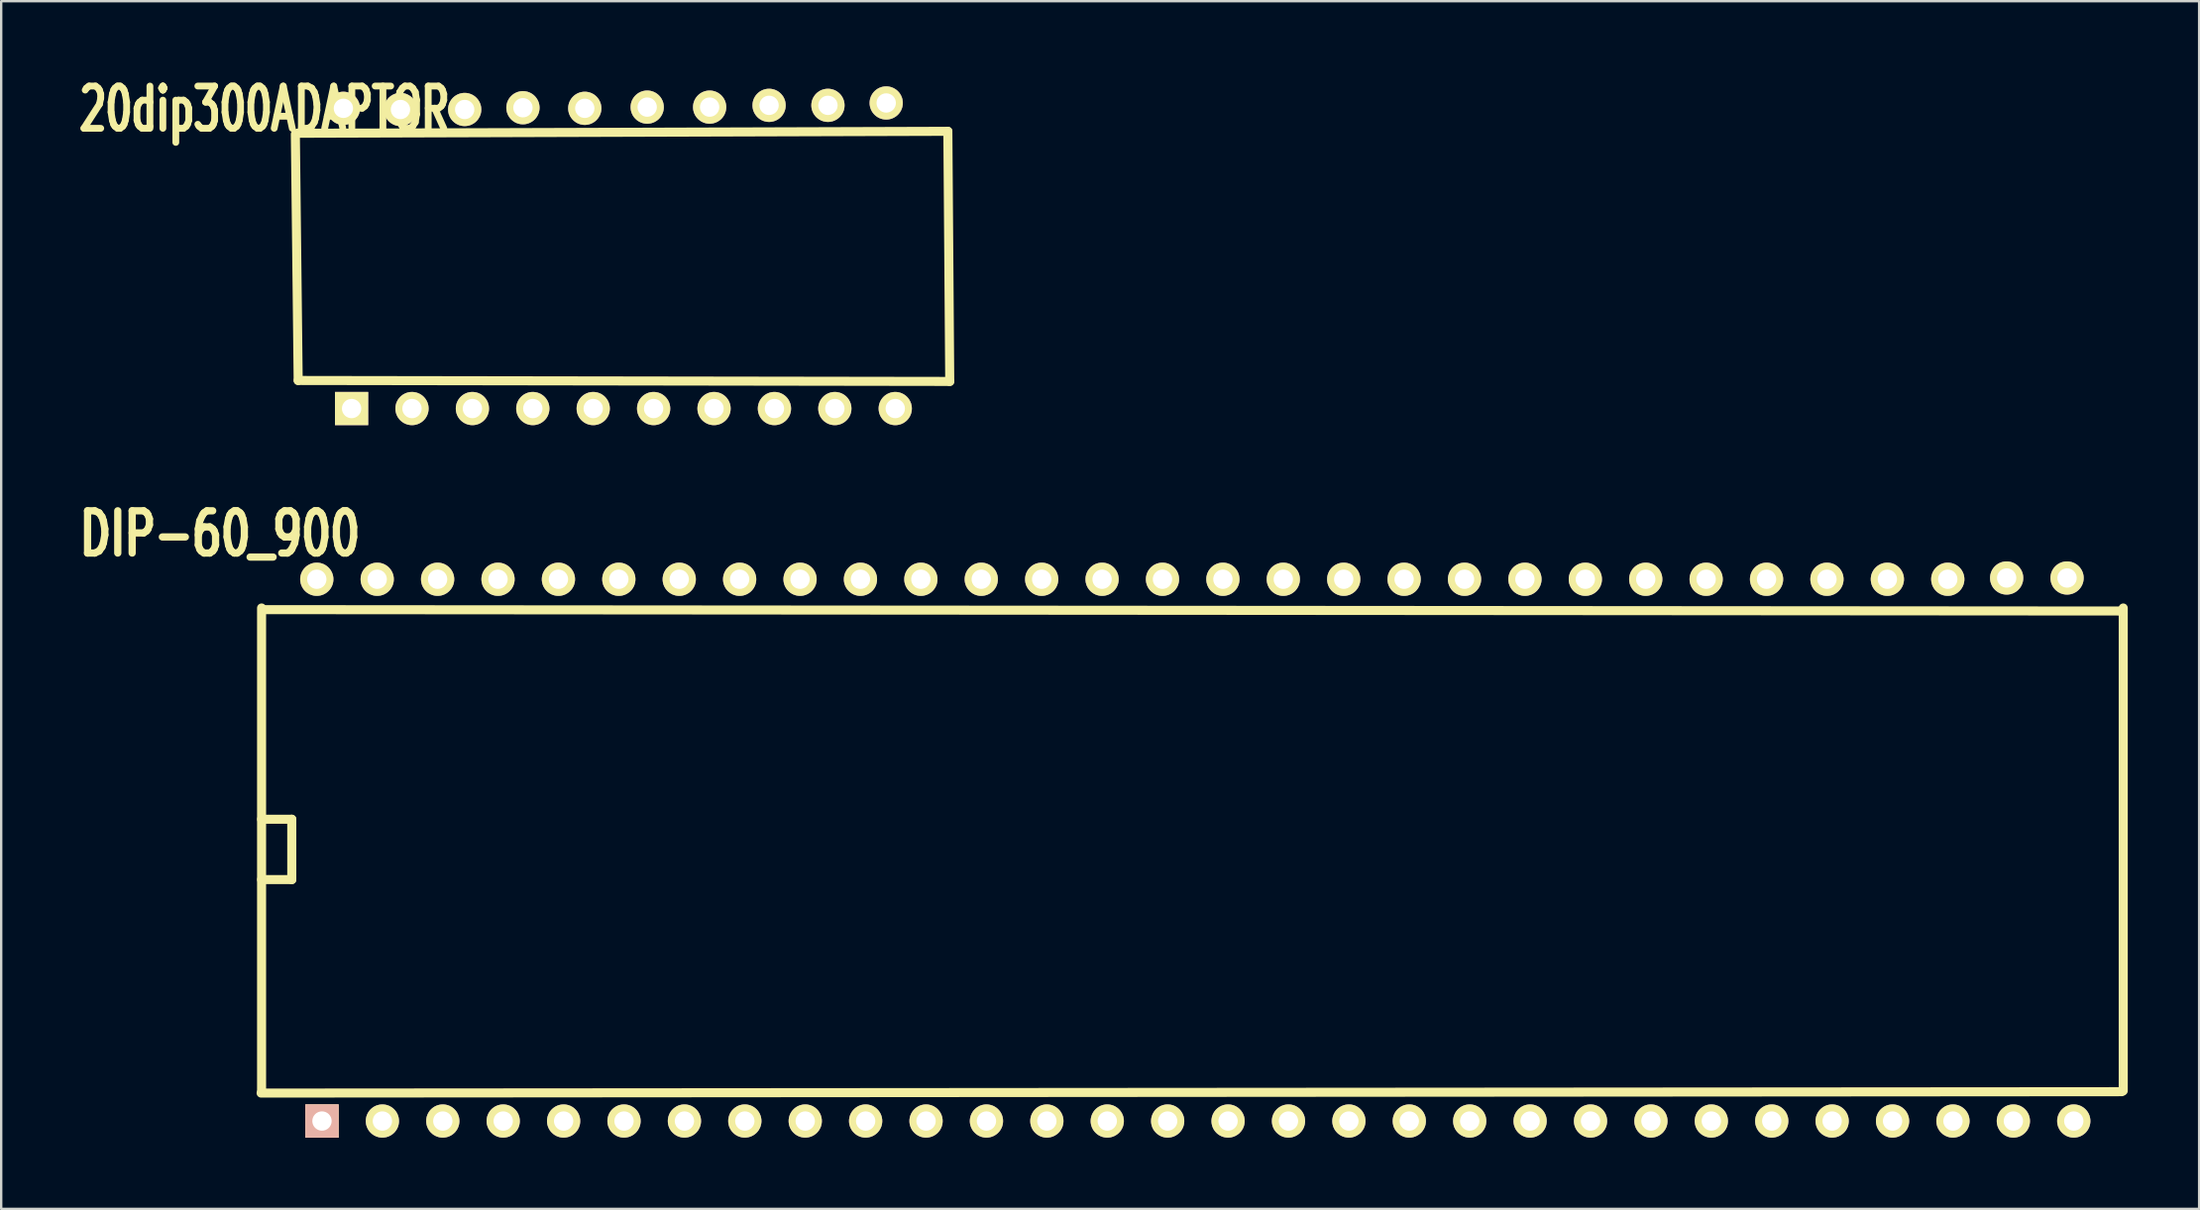
<source format=kicad_pcb>
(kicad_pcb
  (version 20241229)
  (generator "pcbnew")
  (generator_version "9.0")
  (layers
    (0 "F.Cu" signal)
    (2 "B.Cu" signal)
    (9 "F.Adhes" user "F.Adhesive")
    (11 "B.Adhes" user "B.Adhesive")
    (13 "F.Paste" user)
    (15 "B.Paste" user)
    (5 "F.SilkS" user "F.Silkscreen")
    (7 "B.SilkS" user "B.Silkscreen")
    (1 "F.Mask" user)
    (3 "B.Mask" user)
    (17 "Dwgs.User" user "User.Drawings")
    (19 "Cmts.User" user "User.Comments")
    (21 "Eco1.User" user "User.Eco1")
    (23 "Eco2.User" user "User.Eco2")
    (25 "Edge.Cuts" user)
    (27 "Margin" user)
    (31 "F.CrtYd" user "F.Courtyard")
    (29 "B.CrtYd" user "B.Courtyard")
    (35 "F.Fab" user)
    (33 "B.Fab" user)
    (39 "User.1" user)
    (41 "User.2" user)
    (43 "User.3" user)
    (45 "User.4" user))
  (footprint "20dip300ADAPTOR"
    (layer "F.Cu")
    (at 23.039 7.658)
    (property "Reference" "20dip300ADAPTOR" (at -14.968 -6.116 0) (layer "F.SilkS") (effects (font (size 1.778 1.143) (thickness 0.305))))
    (attr through_hole)
    (fp_line (start -13.609 -5.1) (end 13.767 -5.182) (stroke (width 0.381) (type solid)) (layer "F.SilkS"))
    (fp_line (start -13.551 5.304) (end -13.67 -5.06) (stroke (width 0.381) (type solid)) (layer "F.SilkS"))
    (fp_line (start 13.767 -5.182) (end 13.846 5.344) (stroke (width 0.381) (type solid)) (layer "F.SilkS"))
    (fp_line (start 13.846 5.344) (end -13.551 5.304) (stroke (width 0.381) (type solid)) (layer "F.SilkS"))
    (pad "1" thru_hole rect (at -11.305 6.485) (size 1.397 1.397) (drill 0.813) (layers "*.Cu" "*.Mask" "F.SilkS"))
    (pad "2" thru_hole circle (at -8.765 6.485) (size 1.397 1.397) (drill 0.813) (layers "*.Cu" "*.Mask" "F.SilkS"))
    (pad "3" thru_hole circle (at -6.225 6.485) (size 1.397 1.397) (drill 0.813) (layers "*.Cu" "*.Mask" "F.SilkS"))
    (pad "4" thru_hole circle (at -3.685 6.485) (size 1.397 1.397) (drill 0.813) (layers "*.Cu" "*.Mask" "F.SilkS"))
    (pad "5" thru_hole circle (at -1.145 6.485) (size 1.397 1.397) (drill 0.813) (layers "*.Cu" "*.Mask" "F.SilkS"))
    (pad "6" thru_hole circle (at 1.395 6.485) (size 1.397 1.397) (drill 0.813) (layers "*.Cu" "*.Mask" "F.SilkS"))
    (pad "7" thru_hole circle (at 3.935 6.485) (size 1.397 1.397) (drill 0.813) (layers "*.Cu" "*.Mask" "F.SilkS"))
    (pad "8" thru_hole circle (at 6.475 6.485) (size 1.397 1.397) (drill 0.813) (layers "*.Cu" "*.Mask" "F.SilkS"))
    (pad "9" thru_hole circle (at 9.015 6.485) (size 1.397 1.397) (drill 0.813) (layers "*.Cu" "*.Mask" "F.SilkS"))
    (pad "10" thru_hole circle (at 11.555 6.485) (size 1.397 1.397) (drill 0.813) (layers "*.Cu" "*.Mask" "F.SilkS"))
    (pad "11" thru_hole circle (at 11.175 -6.375) (size 1.397 1.397) (drill 0.813) (layers "*.Cu" "*.Mask" "F.SilkS"))
    (pad "12" thru_hole circle (at 8.725 -6.275) (size 1.397 1.397) (drill 0.813) (layers "*.Cu" "*.Mask" "F.SilkS"))
    (pad "13" thru_hole circle (at 6.25 -6.275) (size 1.397 1.397) (drill 0.813) (layers "*.Cu" "*.Mask" "F.SilkS"))
    (pad "14" thru_hole circle (at 3.75 -6.2) (size 1.397 1.397) (drill 0.813) (layers "*.Cu" "*.Mask" "F.SilkS"))
    (pad "15" thru_hole circle (at 1.125 -6.2) (size 1.397 1.397) (drill 0.813) (layers "*.Cu" "*.Mask" "F.SilkS"))
    (pad "16" thru_hole circle (at -1.5 -6.15 90) (size 1.397 1.397) (drill 0.813) (layers "*.Cu" "*.Mask" "F.SilkS"))
    (pad "17" thru_hole circle (at -4.1 -6.175 90) (size 1.397 1.397) (drill 0.813) (layers "*.Cu" "*.Mask" "F.SilkS"))
    (pad "18" thru_hole circle (at -6.55 -6.1 90) (size 1.397 1.397) (drill 0.813) (layers "*.Cu" "*.Mask" "F.SilkS"))
    (pad "19" thru_hole circle (at -9.25 -6.1 90) (size 1.397 1.397) (drill 0.813) (layers "*.Cu" "*.Mask" "F.SilkS"))
    (pad "20" thru_hole circle (at -11.65 -6.15 90) (size 1.397 1.397) (drill 0.813) (layers "*.Cu" "*.Mask" "F.SilkS")))
  (footprint "DIP-60_900"
    (layer "F.Cu")
    (at 49.859 32.696)
    (property "Reference" "DIP-60_900" (at -43.663 -13.279 0) (layer "F.SilkS") (effects (font (size 1.778 1.27) (thickness 0.305))))
    (attr through_hole)
    (fp_line (start -41.93 10.254) (end 36.307 10.196) (stroke (width 0.381) (type solid)) (layer "F.SilkS"))
    (fp_line (start -41.91 1.27) (end -40.64 1.27) (stroke (width 0.381) (type solid)) (layer "F.SilkS"))
    (fp_line (start -41.91 10.16) (end -41.91 -10.16) (stroke (width 0.381) (type solid)) (layer "F.SilkS"))
    (fp_line (start -41.813 -10.091) (end 36.307 -10.033) (stroke (width 0.381) (type solid)) (layer "F.SilkS"))
    (fp_line (start -40.64 -1.27) (end -41.91 -1.27) (stroke (width 0.381) (type solid)) (layer "F.SilkS"))
    (fp_line (start -40.64 1.27) (end -40.64 -1.27) (stroke (width 0.381) (type solid)) (layer "F.SilkS"))
    (fp_line (start 36.37 -10.16) (end 36.37 10.16) (stroke (width 0.381) (type solid)) (layer "F.SilkS"))
    (pad "1" thru_hole rect (at -39.37 11.43) (size 1.397 1.397) (drill 0.813) (layers "*.Cu" "*.SilkS" "*.Mask"))
    (pad "2" thru_hole circle (at -36.83 11.43) (size 1.397 1.397) (drill 0.813) (layers "*.Cu" "*.Mask" "F.SilkS"))
    (pad "3" thru_hole circle (at -34.29 11.43) (size 1.397 1.397) (drill 0.813) (layers "*.Cu" "*.Mask" "F.SilkS"))
    (pad "4" thru_hole circle (at -31.75 11.43) (size 1.397 1.397) (drill 0.813) (layers "*.Cu" "*.Mask" "F.SilkS"))
    (pad "5" thru_hole circle (at -29.21 11.43) (size 1.397 1.397) (drill 0.813) (layers "*.Cu" "*.Mask" "F.SilkS"))
    (pad "6" thru_hole circle (at -26.67 11.43) (size 1.397 1.397) (drill 0.813) (layers "*.Cu" "*.Mask" "F.SilkS"))
    (pad "7" thru_hole circle (at -24.13 11.43) (size 1.397 1.397) (drill 0.813) (layers "*.Cu" "*.Mask" "F.SilkS"))
    (pad "8" thru_hole circle (at -21.59 11.43) (size 1.397 1.397) (drill 0.813) (layers "*.Cu" "*.Mask" "F.SilkS"))
    (pad "9" thru_hole circle (at -19.05 11.43) (size 1.397 1.397) (drill 0.813) (layers "*.Cu" "*.Mask" "F.SilkS"))
    (pad "10" thru_hole circle (at -16.51 11.43) (size 1.397 1.397) (drill 0.813) (layers "*.Cu" "*.Mask" "F.SilkS"))
    (pad "11" thru_hole circle (at -13.97 11.43) (size 1.397 1.397) (drill 0.813) (layers "*.Cu" "*.Mask" "F.SilkS"))
    (pad "12" thru_hole circle (at -11.43 11.43) (size 1.397 1.397) (drill 0.813) (layers "*.Cu" "*.Mask" "F.SilkS"))
    (pad "13" thru_hole circle (at -8.89 11.43) (size 1.397 1.397) (drill 0.813) (layers "*.Cu" "*.Mask" "F.SilkS"))
    (pad "14" thru_hole circle (at -6.35 11.43) (size 1.397 1.397) (drill 0.813) (layers "*.Cu" "*.Mask" "F.SilkS"))
    (pad "15" thru_hole circle (at -3.81 11.43) (size 1.397 1.397) (drill 0.813) (layers "*.Cu" "*.Mask" "F.SilkS"))
    (pad "16" thru_hole circle (at -1.27 11.43) (size 1.397 1.397) (drill 0.813) (layers "*.Cu" "*.Mask" "F.SilkS"))
    (pad "17" thru_hole circle (at 1.27 11.43) (size 1.397 1.397) (drill 0.813) (layers "*.Cu" "*.Mask" "F.SilkS"))
    (pad "18" thru_hole circle (at 3.81 11.43) (size 1.397 1.397) (drill 0.813) (layers "*.Cu" "*.Mask" "F.SilkS"))
    (pad "19" thru_hole circle (at 6.35 11.43) (size 1.397 1.397) (drill 0.813) (layers "*.Cu" "*.Mask" "F.SilkS"))
    (pad "20" thru_hole circle (at 8.89 11.43) (size 1.397 1.397) (drill 0.813) (layers "*.Cu" "*.Mask" "F.SilkS"))
    (pad "21" thru_hole circle (at 11.43 11.43) (size 1.397 1.397) (drill 0.813) (layers "*.Cu" "*.Mask" "F.SilkS"))
    (pad "22" thru_hole circle (at 13.97 11.43) (size 1.397 1.397) (drill 0.813) (layers "*.Cu" "*.Mask" "F.SilkS"))
    (pad "23" thru_hole circle (at 16.51 11.43) (size 1.397 1.397) (drill 0.813) (layers "*.Cu" "*.Mask" "F.SilkS"))
    (pad "24" thru_hole circle (at 19.05 11.43) (size 1.397 1.397) (drill 0.813) (layers "*.Cu" "*.Mask" "F.SilkS"))
    (pad "25" thru_hole circle (at 21.59 11.43) (size 1.397 1.397) (drill 0.813) (layers "*.Cu" "*.Mask" "F.SilkS"))
    (pad "26" thru_hole circle (at 24.13 11.43) (size 1.397 1.397) (drill 0.813) (layers "*.Cu" "*.Mask" "F.SilkS"))
    (pad "27" thru_hole circle (at 26.67 11.43) (size 1.397 1.397) (drill 0.813) (layers "*.Cu" "*.Mask" "F.SilkS"))
    (pad "28" thru_hole circle (at 29.21 11.43) (size 1.397 1.397) (drill 0.813) (layers "*.Cu" "*.Mask" "F.SilkS"))
    (pad "29" thru_hole circle (at 31.75 11.43) (size 1.397 1.397) (drill 0.813) (layers "*.Cu" "*.Mask" "F.SilkS"))
    (pad "30" thru_hole circle (at 34.29 11.43) (size 1.397 1.397) (drill 0.813) (layers "*.Cu" "*.Mask" "F.SilkS"))
    (pad "31" thru_hole circle (at 34.008 -11.422) (size 1.397 1.397) (drill 0.813) (layers "*.Cu" "*.Mask" "F.SilkS"))
    (pad "32" thru_hole circle (at 31.468 -11.422) (size 1.397 1.397) (drill 0.813) (layers "*.Cu" "*.Mask" "F.SilkS"))
    (pad "33" thru_hole circle (at 28.992 -11.369) (size 1.397 1.397) (drill 0.813) (layers "*.Cu" "*.Mask" "F.SilkS"))
    (pad "34" thru_hole circle (at 26.452 -11.369) (size 1.397 1.397) (drill 0.813) (layers "*.Cu" "*.Mask" "F.SilkS"))
    (pad "35" thru_hole circle (at 23.912 -11.369) (size 1.397 1.397) (drill 0.813) (layers "*.Cu" "*.Mask" "F.SilkS"))
    (pad "36" thru_hole circle (at 21.372 -11.369) (size 1.397 1.397) (drill 0.813) (layers "*.Cu" "*.Mask" "F.SilkS"))
    (pad "37" thru_hole circle (at 18.832 -11.369) (size 1.397 1.397) (drill 0.813) (layers "*.Cu" "*.Mask" "F.SilkS"))
    (pad "38" thru_hole circle (at 16.292 -11.369) (size 1.397 1.397) (drill 0.813) (layers "*.Cu" "*.Mask" "F.SilkS"))
    (pad "39" thru_hole circle (at 13.752 -11.369) (size 1.397 1.397) (drill 0.813) (layers "*.Cu" "*.Mask" "F.SilkS"))
    (pad "40" thru_hole circle (at 11.212 -11.369) (size 1.397 1.397) (drill 0.813) (layers "*.Cu" "*.Mask" "F.SilkS"))
    (pad "41" thru_hole circle (at 8.672 -11.369) (size 1.397 1.397) (drill 0.813) (layers "*.Cu" "*.Mask" "F.SilkS"))
    (pad "42" thru_hole circle (at 6.132 -11.369) (size 1.397 1.397) (drill 0.813) (layers "*.Cu" "*.Mask" "F.SilkS"))
    (pad "43" thru_hole circle (at 3.592 -11.369) (size 1.397 1.397) (drill 0.813) (layers "*.Cu" "*.Mask" "F.SilkS"))
    (pad "44" thru_hole circle (at 1.052 -11.369) (size 1.397 1.397) (drill 0.813) (layers "*.Cu" "*.Mask" "F.SilkS"))
    (pad "45" thru_hole circle (at -1.488 -11.369) (size 1.397 1.397) (drill 0.813) (layers "*.Cu" "*.Mask" "F.SilkS"))
    (pad "46" thru_hole circle (at -4.028 -11.369) (size 1.397 1.397) (drill 0.813) (layers "*.Cu" "*.Mask" "F.SilkS"))
    (pad "47" thru_hole circle (at -6.568 -11.369) (size 1.397 1.397) (drill 0.813) (layers "*.Cu" "*.Mask" "F.SilkS"))
    (pad "48" thru_hole circle (at -9.108 -11.369) (size 1.397 1.397) (drill 0.813) (layers "*.Cu" "*.Mask" "F.SilkS"))
    (pad "49" thru_hole circle (at -11.648 -11.369) (size 1.397 1.397) (drill 0.813) (layers "*.Cu" "*.Mask" "F.SilkS"))
    (pad "50" thru_hole circle (at -14.188 -11.369) (size 1.397 1.397) (drill 0.813) (layers "*.Cu" "*.Mask" "F.SilkS"))
    (pad "51" thru_hole circle (at -16.728 -11.369) (size 1.397 1.397) (drill 0.813) (layers "*.Cu" "*.Mask" "F.SilkS"))
    (pad "52" thru_hole circle (at -19.268 -11.369) (size 1.397 1.397) (drill 0.813) (layers "*.Cu" "*.Mask" "F.SilkS"))
    (pad "53" thru_hole circle (at -21.808 -11.369) (size 1.397 1.397) (drill 0.813) (layers "*.Cu" "*.Mask" "F.SilkS"))
    (pad "54" thru_hole circle (at -24.348 -11.369) (size 1.397 1.397) (drill 0.813) (layers "*.Cu" "*.Mask" "F.SilkS"))
    (pad "55" thru_hole circle (at -26.888 -11.369) (size 1.397 1.397) (drill 0.813) (layers "*.Cu" "*.Mask" "F.SilkS"))
    (pad "56" thru_hole circle (at -29.428 -11.369) (size 1.397 1.397) (drill 0.813) (layers "*.Cu" "*.Mask" "F.SilkS"))
    (pad "57" thru_hole circle (at -31.968 -11.369) (size 1.397 1.397) (drill 0.813) (layers "*.Cu" "*.Mask" "F.SilkS"))
    (pad "58" thru_hole circle (at -34.508 -11.369) (size 1.397 1.397) (drill 0.813) (layers "*.Cu" "*.Mask" "F.SilkS"))
    (pad "59" thru_hole circle (at -37.048 -11.369) (size 1.397 1.397) (drill 0.813) (layers "*.Cu" "*.Mask" "F.SilkS"))
    (pad "60" thru_hole circle (at -39.588 -11.369) (size 1.397 1.397) (drill 0.813) (layers "*.Cu" "*.Mask" "F.SilkS")))
  (gr_rect
    (start -3 -3)
    (end 89.42 47.824)
    (stroke (width 0.1) (type default))
    (fill no)
    (layer "Edge.Cuts")))
</source>
